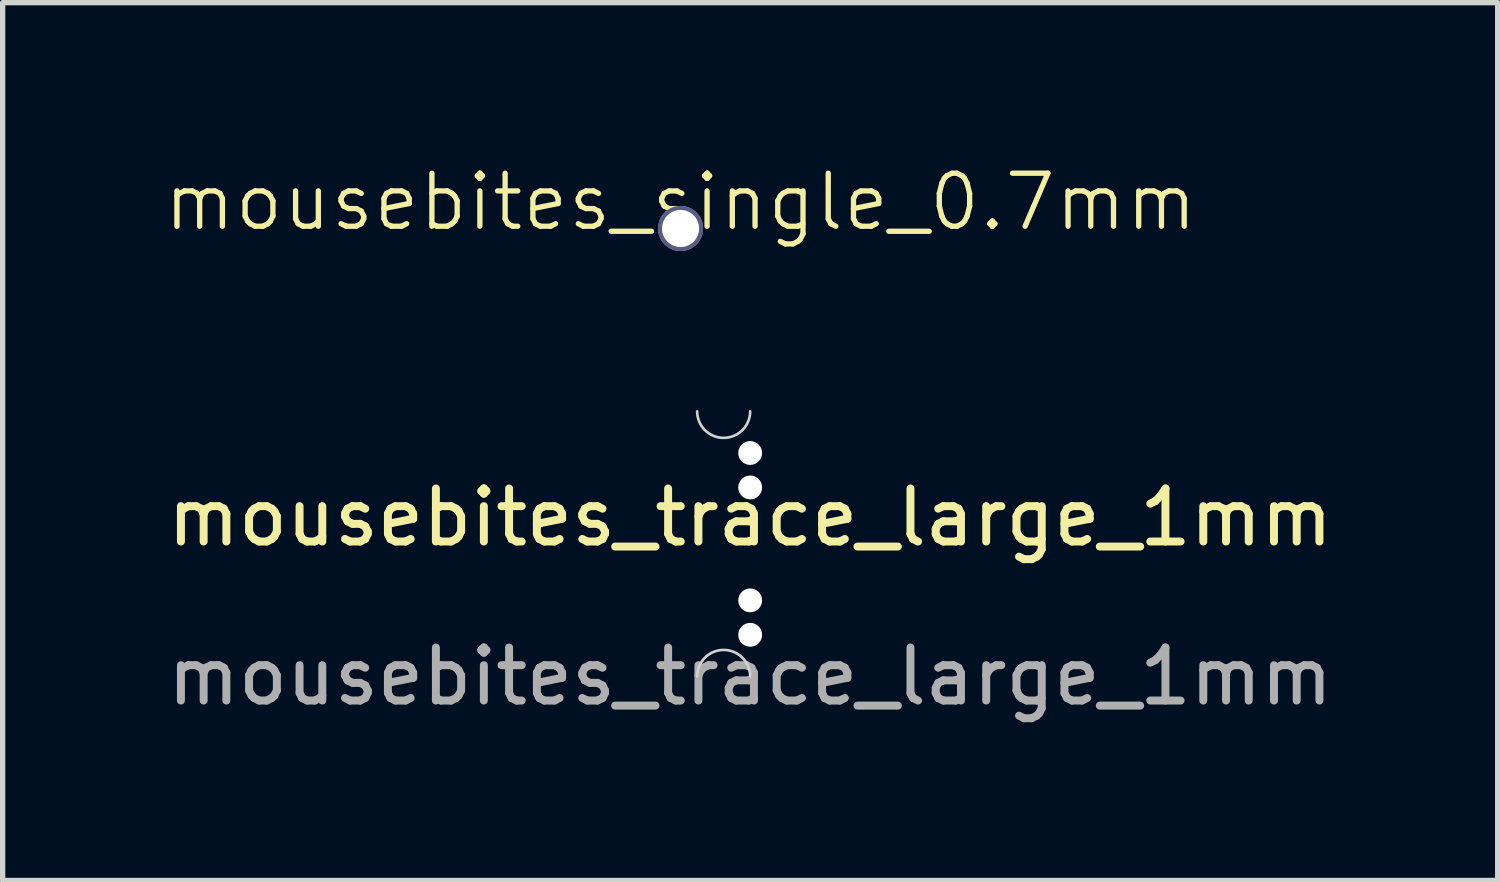
<source format=kicad_pcb>
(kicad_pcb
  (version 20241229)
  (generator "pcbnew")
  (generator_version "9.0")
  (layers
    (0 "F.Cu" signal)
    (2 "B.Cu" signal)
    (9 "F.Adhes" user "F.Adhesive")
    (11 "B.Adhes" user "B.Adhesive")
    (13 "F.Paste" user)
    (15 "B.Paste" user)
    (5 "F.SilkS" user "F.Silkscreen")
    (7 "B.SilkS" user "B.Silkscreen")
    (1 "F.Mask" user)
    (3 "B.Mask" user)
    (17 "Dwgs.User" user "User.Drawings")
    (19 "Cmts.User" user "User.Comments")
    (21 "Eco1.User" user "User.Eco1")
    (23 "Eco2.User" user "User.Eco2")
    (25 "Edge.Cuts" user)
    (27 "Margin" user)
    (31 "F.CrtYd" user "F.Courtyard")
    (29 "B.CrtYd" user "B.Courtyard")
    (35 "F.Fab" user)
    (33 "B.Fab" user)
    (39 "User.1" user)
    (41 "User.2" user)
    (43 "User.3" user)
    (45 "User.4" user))
  (footprint "mousebites_single_0.7mm"
    (layer "F.Cu")
    (at 9.788 1.26)
    (property "Reference" "mousebites_single_0.7mm" (at 0 -0.5 0) (unlocked yes) (layer "F.SilkS") (effects (font (size 1 1) (thickness 0.1))))
    (attr smd)
    (fp_circle (center 0 0) (end 0.35 0) (stroke (width 0.15) (type default)) (fill no) (layer "B.Fab"))
    (fp_circle (center 0 0) (end 0.35 0) (stroke (width 0.15) (type default)) (fill no) (layer "F.Fab"))
    (pad "" np_thru_hole circle (at 0 0) (size 0.7 0.7) (drill 0.7) (layers "*.Cu" "*.Mask")))
  (footprint "mousebites_trace_large_1mm"
    (layer "F.Cu")
    (at 11.101 7.21)
    (property "Reference" "mousebites_trace_large_1mm" (at 0 -0.5 0) (unlocked yes) (layer "F.SilkS") (effects (font (size 1 1) (thickness 0.15))))
    (attr through_hole)
    (fp_arc (start -1 2.5) (mid -0.5 2) (end 0 2.5) (stroke (width 0.05) (type solid)) (layer "Edge.Cuts"))
    (fp_arc (start 0 -2.5) (mid -0.5 -2) (end -1 -2.5) (stroke (width 0.05) (type solid)) (layer "Edge.Cuts"))
    (fp_text user "${REFERENCE}" (at 0 2.5 0) (unlocked yes) (layer "F.Fab") (effects (font (size 1 1) (thickness 0.15))))
    (pad "" np_thru_hole circle (at 0 -1.715) (size 0.45 0.45) (drill 0.45) (layers "*.Cu" "*.Mask"))
    (pad "" np_thru_hole circle (at 0 -1.065) (size 0.45 0.45) (drill 0.45) (layers "*.Cu" "*.Mask"))
    (pad "" np_thru_hole circle (at 0 1.065) (size 0.45 0.45) (drill 0.45) (layers "*.Cu" "*.Mask"))
    (pad "" np_thru_hole circle (at 0 1.715) (size 0.45 0.45) (drill 0.45) (layers "*.Cu" "*.Mask")))
  (gr_rect
    (start -3 -3)
    (end 25.202 13.559)
    (stroke (width 0.1) (type default))
    (fill no)
    (layer "Edge.Cuts")))
</source>
